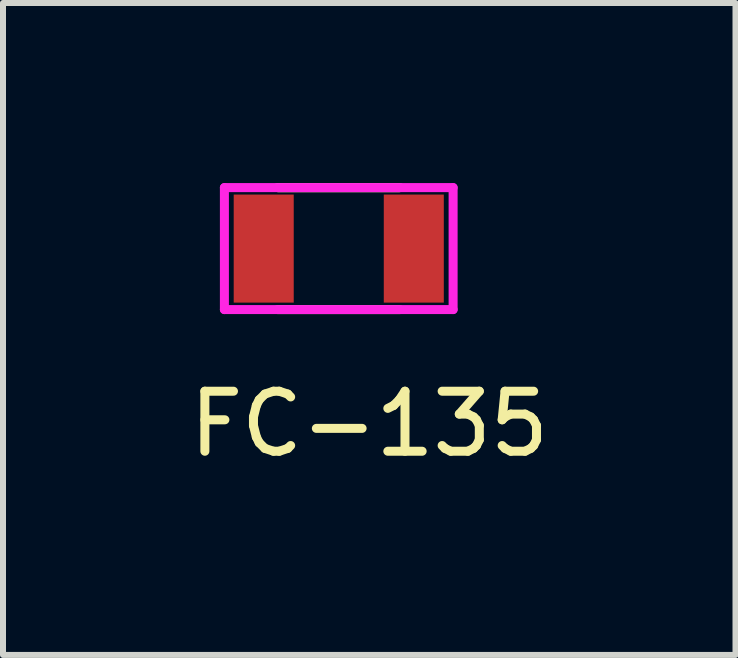
<source format=kicad_pcb>
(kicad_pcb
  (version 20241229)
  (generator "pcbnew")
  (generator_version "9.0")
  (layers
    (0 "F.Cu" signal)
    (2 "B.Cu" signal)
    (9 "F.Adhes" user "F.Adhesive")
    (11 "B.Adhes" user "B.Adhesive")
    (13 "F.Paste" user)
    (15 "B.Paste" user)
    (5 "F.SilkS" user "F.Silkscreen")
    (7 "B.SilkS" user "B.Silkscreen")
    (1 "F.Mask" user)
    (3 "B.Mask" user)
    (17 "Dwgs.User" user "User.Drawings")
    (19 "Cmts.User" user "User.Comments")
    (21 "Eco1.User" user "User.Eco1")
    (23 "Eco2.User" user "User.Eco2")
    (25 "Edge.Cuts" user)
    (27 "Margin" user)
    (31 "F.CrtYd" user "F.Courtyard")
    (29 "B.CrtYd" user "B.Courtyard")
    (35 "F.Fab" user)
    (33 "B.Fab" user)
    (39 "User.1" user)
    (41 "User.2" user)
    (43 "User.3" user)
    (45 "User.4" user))
  (footprint "FC-135"
    (layer "F.Cu")
    (at 2.593 1.091)
    (property "Reference" "FC-135" (at 0.508 2.921 0) (layer "F.SilkS") (effects (font (size 1 1) (thickness 0.15))))
    (attr through_hole)
    (fp_line (start -1.016 -1.016) (end 1.016 -1.016) (stroke (width 0.15) (type solid)) (layer "F.SilkS"))
    (fp_line (start -1.016 1.016) (end 1.016 1.016) (stroke (width 0.15) (type solid)) (layer "F.SilkS"))
    (fp_line (start 1.016 -1.016) (end -1.016 -1.016) (stroke (width 0.15) (type solid)) (layer "F.SilkS"))
    (fp_line (start -1.905 -1.016) (end 1.905 -1.016) (stroke (width 0.15) (type solid)) (layer "F.CrtYd"))
    (fp_line (start -1.905 1.016) (end -1.905 -1.016) (stroke (width 0.15) (type solid)) (layer "F.CrtYd"))
    (fp_line (start 1.905 -1.016) (end 1.905 1.016) (stroke (width 0.15) (type solid)) (layer "F.CrtYd"))
    (fp_line (start 1.905 1.016) (end -1.905 1.016) (stroke (width 0.15) (type solid)) (layer "F.CrtYd"))
    (pad "1" smd rect (at -1.25 0) (size 1 1.8) (layers "F.Cu" "F.Mask" "F.Paste"))
    (pad "2" smd rect (at 1.25 0) (size 1 1.8) (layers "F.Cu" "F.Mask" "F.Paste")))
  (gr_rect
    (start -3 -3)
    (end 9.202 7.86)
    (stroke (width 0.1) (type default))
    (fill no)
    (layer "Edge.Cuts")))
</source>
